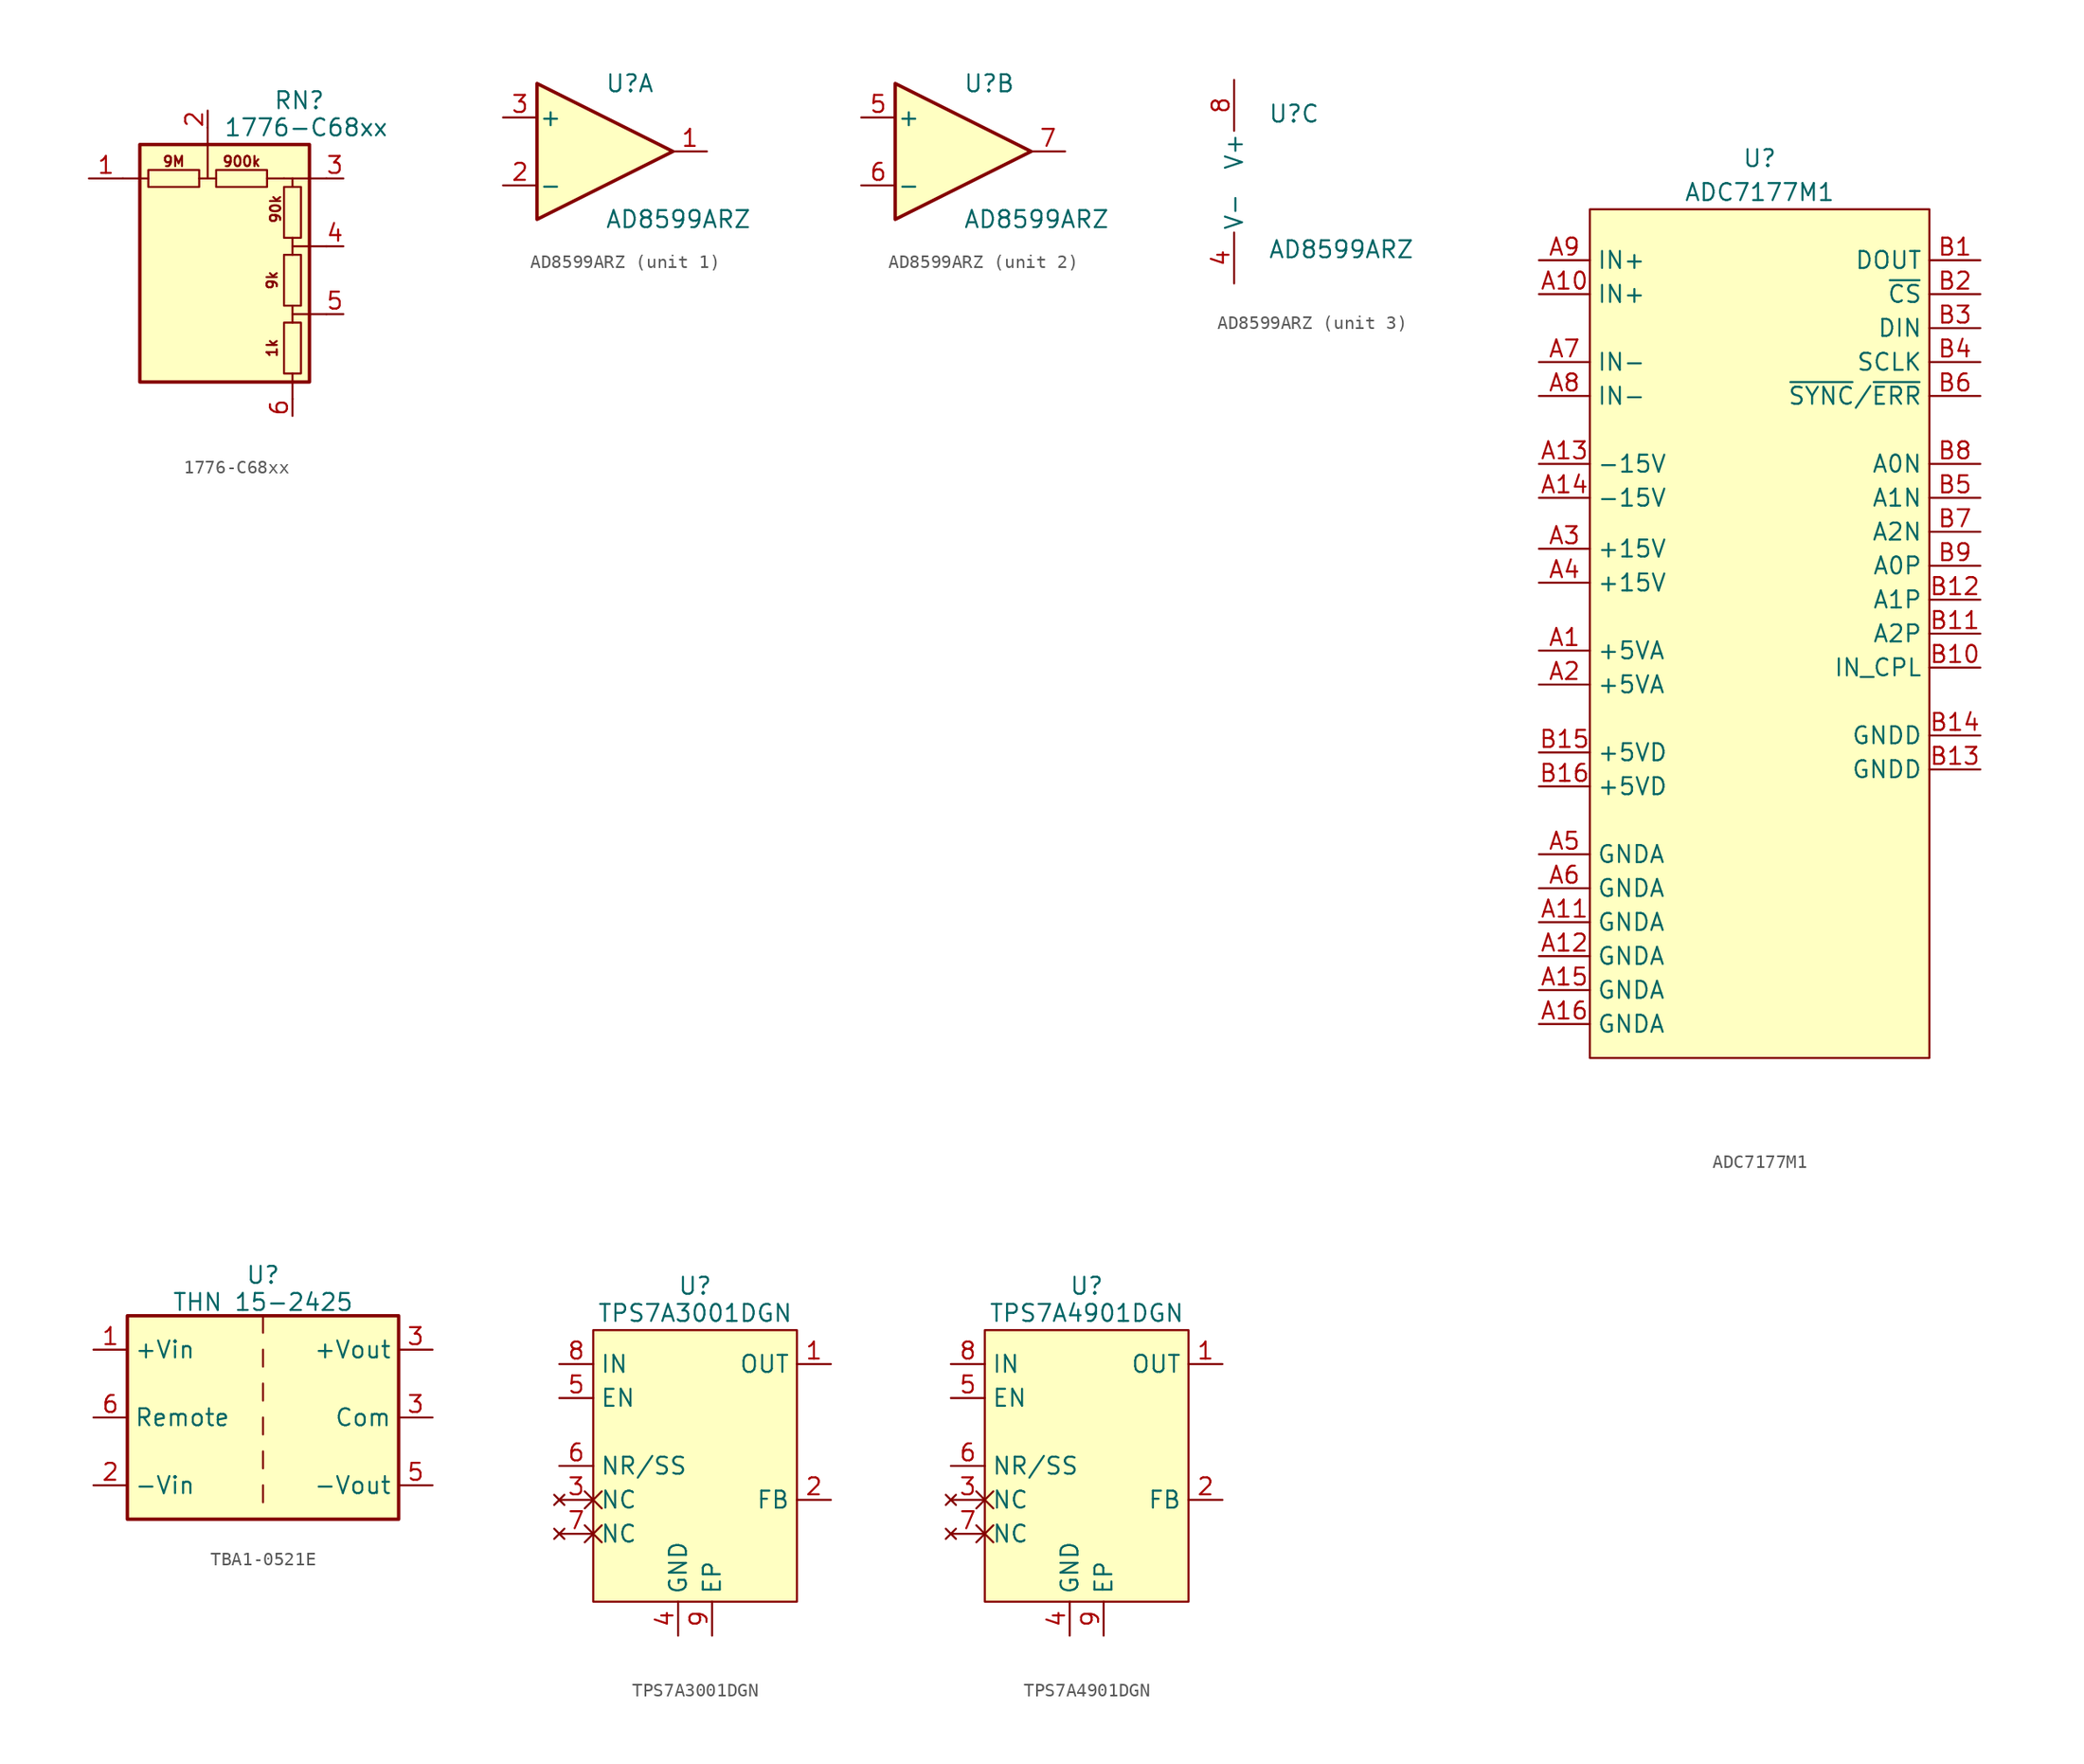
<source format=kicad_sym>
(kicad_symbol_lib
  (version 20241209)
  (generator "kicad_symbol_editor")
  (generator_version "9.0")
  (symbol "1776-C68xx"
    (pin_names
      (offset 0)
      (hide yes))
    (property "Reference" "RN"
      (at 5.588 9.652 0)
      (effects (font (size 1.27 1.27))))
    (property "Value" "1776-C68xx"
      (at 6.096 7.62 0)
      (effects (font (size 1.27 1.27))))
    (symbol "1776-C68xx_0_1"
      (rectangle (start -6.35 6.35) (end 6.35 -11.43) (stroke (width 0.254) (type default)) (fill (type background))))
    (symbol "1776-C68xx_1_1"
      (polyline (pts (xy -7.62 3.81) (xy -6.35 3.81)) (stroke (width 0) (type default)) (fill (type none)))
      (polyline (pts (xy -6.35 3.81) (xy -5.715 3.81)) (stroke (width 0) (type default)) (fill (type none)))
      (rectangle (start -5.715 4.445) (end -1.905 3.175) (stroke (width 0) (type default)) (fill (type none)))
      (polyline (pts (xy -1.905 3.81) (xy -0.635 3.81)) (stroke (width 0) (type default)) (fill (type none)))
      (polyline (pts (xy -1.27 7.62) (xy -1.27 6.35)) (stroke (width 0) (type default)) (fill (type none)))
      (polyline (pts (xy -1.27 6.35) (xy -1.27 3.81)) (stroke (width 0) (type default)) (fill (type none)))
      (rectangle (start -0.635 4.445) (end 3.175 3.175) (stroke (width 0) (type default)) (fill (type none)))
      (polyline (pts (xy 3.175 3.81) (xy 4.445 3.81)) (stroke (width 0) (type default)) (fill (type none)))
      (polyline (pts (xy 4.445 3.81) (xy 7.62 3.81)) (stroke (width 0) (type default)) (fill (type none)))
      (rectangle (start 4.445 3.175) (end 5.715 -0.635) (stroke (width 0) (type default)) (fill (type none)))
      (rectangle (start 4.445 -1.905) (end 5.715 -5.715) (stroke (width 0) (type default)) (fill (type none)))
      (rectangle (start 4.445 -6.985) (end 5.715 -10.795) (stroke (width 0) (type default)) (fill (type none)))
      (polyline (pts (xy 5.08 3.81) (xy 5.08 3.175)) (stroke (width 0) (type default)) (fill (type none)))
      (polyline (pts (xy 5.08 -0.635) (xy 5.08 -1.905)) (stroke (width 0) (type default)) (fill (type none)))
      (polyline (pts (xy 5.08 -5.715) (xy 5.08 -6.35) (xy 5.08 -6.985)) (stroke (width 0) (type default)) (fill (type none)))
      (polyline (pts (xy 5.08 -11.43) (xy 5.08 -10.795)) (stroke (width 0) (type default)) (fill (type none)))
      (polyline (pts (xy 5.08 -12.7) (xy 5.08 -11.43)) (stroke (width 0) (type default)) (fill (type none)))
      (polyline (pts (xy 7.62 -1.27) (xy 5.08 -1.27)) (stroke (width 0) (type default)) (fill (type none)))
      (polyline (pts (xy 7.62 -6.35) (xy 5.08 -6.35)) (stroke (width 0) (type default)) (fill (type none)))
      (text "9M" (at -3.81 5.08 0) (effects (font (size 0.762 0.762))))
      (text "900k" (at 1.27 5.08 0) (effects (font (size 0.762 0.762))))
      (text "9k" (at 3.556 -3.81 900) (effects (font (size 0.762 0.762))))
      (text "1k" (at 3.556 -8.89 900) (effects (font (size 0.762 0.762))))
      (text "90k" (at 3.81 1.524 900) (effects (font (size 0.762 0.762))))
      (pin passive line (at -10.16 3.81 0) (length 2.54) (name "common" (effects (font (size 1.27 1.27)))) (number "1" (effects (font (size 1.27 1.27)))))
      (pin passive line (at -1.27 8.89 270) (length 1.27) (name "R1" (effects (font (size 1.27 1.27)))) (number "2" (effects (font (size 1.27 1.27)))))
      (pin passive line (at 5.08 -13.97 90) (length 1.27) (name "R5" (effects (font (size 1.27 1.27)))) (number "6" (effects (font (size 1.27 1.27)))))
      (pin passive line (at 8.89 3.81 180) (length 1.27) (name "R2" (effects (font (size 1.27 1.27)))) (number "3" (effects (font (size 1.27 1.27)))))
      (pin passive line (at 8.89 -1.27 180) (length 1.27) (name "R3" (effects (font (size 1.27 1.27)))) (number "4" (effects (font (size 1.27 1.27)))))
      (pin passive line (at 8.89 -6.35 180) (length 1.27) (name "R4" (effects (font (size 1.27 1.27)))) (number "5" (effects (font (size 1.27 1.27)))))))
  (symbol "AD8599ARZ"
    (pin_names
      (offset 0.127))
    (property "Reference" "U"
      (at 0 5.08 0)
      (effects (font (size 1.27 1.27)) (justify left)))
    (property "Value" "AD8599ARZ"
      (at 0 -5.08 0)
      (effects (font (size 1.27 1.27)) (justify left)))
    (property "ki_locked" ""
      (at 0 0 0)
      (effects (font (size 1.27 1.27))))
    (symbol "AD8599ARZ_1_1"
      (polyline (pts (xy -5.08 5.08) (xy 5.08 0) (xy -5.08 -5.08) (xy -5.08 5.08)) (stroke (width 0.254) (type default)) (fill (type background)))
      (pin input line (at -7.62 2.54 0) (length 2.54) (name "+" (effects (font (size 1.27 1.27)))) (number "3" (effects (font (size 1.27 1.27)))))
      (pin input line (at -7.62 -2.54 0) (length 2.54) (name "-" (effects (font (size 1.27 1.27)))) (number "2" (effects (font (size 1.27 1.27)))))
      (pin output line (at 7.62 0 180) (length 2.54) (name "~" (effects (font (size 1.27 1.27)))) (number "1" (effects (font (size 1.27 1.27))))))
    (symbol "AD8599ARZ_2_1"
      (polyline (pts (xy -5.08 5.08) (xy 5.08 0) (xy -5.08 -5.08) (xy -5.08 5.08)) (stroke (width 0.254) (type default)) (fill (type background)))
      (pin input line (at -7.62 2.54 0) (length 2.54) (name "+" (effects (font (size 1.27 1.27)))) (number "5" (effects (font (size 1.27 1.27)))))
      (pin input line (at -7.62 -2.54 0) (length 2.54) (name "-" (effects (font (size 1.27 1.27)))) (number "6" (effects (font (size 1.27 1.27)))))
      (pin output line (at 7.62 0 180) (length 2.54) (name "~" (effects (font (size 1.27 1.27)))) (number "7" (effects (font (size 1.27 1.27))))))
    (symbol "AD8599ARZ_3_1"
      (pin power_in line (at -2.54 7.62 270) (length 3.81) (name "V+" (effects (font (size 1.27 1.27)))) (number "8" (effects (font (size 1.27 1.27)))))
      (pin power_in line (at -2.54 -7.62 90) (length 3.81) (name "V-" (effects (font (size 1.27 1.27)))) (number "4" (effects (font (size 1.27 1.27)))))))
  (symbol "ADC7177M1"
    (property "Reference" "U"
      (at 0 35.56 0)
      (effects (font (size 1.27 1.27))))
    (property "Value" "ADC7177M1"
      (at 0 33.02 0)
      (effects (font (size 1.27 1.27))))
    (symbol "ADC7177M1_0_0"
      (pin passive line (at -16.51 27.94 0) (length 3.81) (name "IN+" (effects (font (size 1.27 1.27)))) (number "A9" (effects (font (size 1.27 1.27)))))
      (pin passive line (at -16.51 25.4 0) (length 3.81) (name "IN+" (effects (font (size 1.27 1.27)))) (number "A10" (effects (font (size 1.27 1.27)))))
      (pin passive line (at -16.51 20.32 0) (length 3.81) (name "IN-" (effects (font (size 1.27 1.27)))) (number "A7" (effects (font (size 1.27 1.27)))))
      (pin passive line (at -16.51 17.78 0) (length 3.81) (name "IN-" (effects (font (size 1.27 1.27)))) (number "A8" (effects (font (size 1.27 1.27)))))
      (pin passive line (at -16.51 12.7 0) (length 3.81) (name "-15V" (effects (font (size 1.27 1.27)))) (number "A13" (effects (font (size 1.27 1.27)))))
      (pin passive line (at -16.51 10.16 0) (length 3.81) (name "-15V" (effects (font (size 1.27 1.27)))) (number "A14" (effects (font (size 1.27 1.27)))))
      (pin passive line (at -16.51 6.35 0) (length 3.81) (name "+15V" (effects (font (size 1.27 1.27)))) (number "A3" (effects (font (size 1.27 1.27)))))
      (pin passive line (at -16.51 3.81 0) (length 3.81) (name "+15V" (effects (font (size 1.27 1.27)))) (number "A4" (effects (font (size 1.27 1.27)))))
      (pin passive line (at -16.51 -1.27 0) (length 3.81) (name "+5VA" (effects (font (size 1.27 1.27)))) (number "A1" (effects (font (size 1.27 1.27)))))
      (pin passive line (at -16.51 -3.81 0) (length 3.81) (name "+5VA" (effects (font (size 1.27 1.27)))) (number "A2" (effects (font (size 1.27 1.27)))))
      (pin passive line (at -16.51 -8.89 0) (length 3.81) (name "+5VD" (effects (font (size 1.27 1.27)))) (number "B15" (effects (font (size 1.27 1.27)))))
      (pin passive line (at -16.51 -11.43 0) (length 3.81) (name "+5VD" (effects (font (size 1.27 1.27)))) (number "B16" (effects (font (size 1.27 1.27)))))
      (pin passive line (at -16.51 -16.51 0) (length 3.81) (name "GNDA" (effects (font (size 1.27 1.27)))) (number "A5" (effects (font (size 1.27 1.27)))))
      (pin passive line (at -16.51 -19.05 0) (length 3.81) (name "GNDA" (effects (font (size 1.27 1.27)))) (number "A6" (effects (font (size 1.27 1.27)))))
      (pin passive line (at -16.51 -21.59 0) (length 3.81) (name "GNDA" (effects (font (size 1.27 1.27)))) (number "A11" (effects (font (size 1.27 1.27)))))
      (pin passive line (at -16.51 -24.13 0) (length 3.81) (name "GNDA" (effects (font (size 1.27 1.27)))) (number "A12" (effects (font (size 1.27 1.27)))))
      (pin passive line (at -16.51 -26.67 0) (length 3.81) (name "GNDA" (effects (font (size 1.27 1.27)))) (number "A15" (effects (font (size 1.27 1.27)))))
      (pin passive line (at -16.51 -29.21 0) (length 3.81) (name "GNDA" (effects (font (size 1.27 1.27)))) (number "A16" (effects (font (size 1.27 1.27)))))
      (pin passive line (at 16.51 27.94 180) (length 3.81) (name "DOUT" (effects (font (size 1.27 1.27)))) (number "B1" (effects (font (size 1.27 1.27)))))
      (pin passive line (at 16.51 25.4 180) (length 3.81) (name "~{CS}" (effects (font (size 1.27 1.27)))) (number "B2" (effects (font (size 1.27 1.27)))))
      (pin passive line (at 16.51 22.86 180) (length 3.81) (name "DIN" (effects (font (size 1.27 1.27)))) (number "B3" (effects (font (size 1.27 1.27)))))
      (pin passive line (at 16.51 20.32 180) (length 3.81) (name "SCLK" (effects (font (size 1.27 1.27)))) (number "B4" (effects (font (size 1.27 1.27)))))
      (pin passive line (at 16.51 17.78 180) (length 3.81) (name "~{SYNC}/~{ERR}" (effects (font (size 1.27 1.27)))) (number "B6" (effects (font (size 1.27 1.27)))))
      (pin passive line (at 16.51 12.7 180) (length 3.81) (name "A0N" (effects (font (size 1.27 1.27)))) (number "B8" (effects (font (size 1.27 1.27)))))
      (pin passive line (at 16.51 10.16 180) (length 3.81) (name "A1N" (effects (font (size 1.27 1.27)))) (number "B5" (effects (font (size 1.27 1.27)))))
      (pin passive line (at 16.51 7.62 180) (length 3.81) (name "A2N" (effects (font (size 1.27 1.27)))) (number "B7" (effects (font (size 1.27 1.27)))))
      (pin passive line (at 16.51 5.08 180) (length 3.81) (name "A0P" (effects (font (size 1.27 1.27)))) (number "B9" (effects (font (size 1.27 1.27)))))
      (pin passive line (at 16.51 2.54 180) (length 3.81) (name "A1P" (effects (font (size 1.27 1.27)))) (number "B12" (effects (font (size 1.27 1.27)))))
      (pin passive line (at 16.51 0 180) (length 3.81) (name "A2P" (effects (font (size 1.27 1.27)))) (number "B11" (effects (font (size 1.27 1.27)))))
      (pin passive line (at 16.51 -2.54 180) (length 3.81) (name "IN_CPL" (effects (font (size 1.27 1.27)))) (number "B10" (effects (font (size 1.27 1.27)))))
      (pin passive line (at 16.51 -7.62 180) (length 3.81) (name "GNDD" (effects (font (size 1.27 1.27)))) (number "B14" (effects (font (size 1.27 1.27)))))
      (pin passive line (at 16.51 -10.16 180) (length 3.81) (name "GNDD" (effects (font (size 1.27 1.27)))) (number "B13" (effects (font (size 1.27 1.27))))))
    (symbol "ADC7177M1_1_1"
      (rectangle (start -12.7 31.75) (end 12.7 -31.75) (stroke (width 0) (type solid)) (fill (type color) (color 255 255 194 1)))))
  (symbol "TBA1-0521E"
    (property "Reference" "U"
      (at 0 10.668 0)
      (effects (font (size 1.27 1.27))))
    (property "Value" "THN 15-2425"
      (at 0 8.636 0)
      (effects (font (size 1.27 1.27))))
    (symbol "TBA1-0521E_0_1"
      (rectangle (start -10.16 7.62) (end 10.16 -7.62) (stroke (width 0.254) (type default)) (fill (type background)))
      (polyline (pts (xy 0 7.62) (xy 0 6.35)) (stroke (width 0) (type default)) (fill (type none)))
      (polyline (pts (xy 0 5.08) (xy 0 3.81)) (stroke (width 0) (type default)) (fill (type none)))
      (polyline (pts (xy 0 2.54) (xy 0 1.27)) (stroke (width 0) (type default)) (fill (type none)))
      (polyline (pts (xy 0 0) (xy 0 -1.27)) (stroke (width 0) (type default)) (fill (type none)))
      (polyline (pts (xy 0 -2.54) (xy 0 -3.81)) (stroke (width 0) (type default)) (fill (type none)))
      (polyline (pts (xy 0 -5.08) (xy 0 -6.35)) (stroke (width 0) (type default)) (fill (type none))))
    (symbol "TBA1-0521E_1_1"
      (pin power_in line (at -12.7 5.08 0) (length 2.54) (name "+Vin" (effects (font (size 1.27 1.27)))) (number "1" (effects (font (size 1.27 1.27)))))
      (pin input line (at -12.7 0 0) (length 2.54) (name "Remote" (effects (font (size 1.27 1.27)))) (number "6" (effects (font (size 1.27 1.27)))))
      (pin power_in line (at -12.7 -5.08 0) (length 2.54) (name "-Vin" (effects (font (size 1.27 1.27)))) (number "2" (effects (font (size 1.27 1.27)))))
      (pin power_out line (at 12.7 5.08 180) (length 2.54) (name "+Vout" (effects (font (size 1.27 1.27)))) (number "3" (effects (font (size 1.27 1.27)))))
      (pin power_out line (at 12.7 0 180) (length 2.54) (name "Com" (effects (font (size 1.27 1.27)))) (number "3" (effects (font (size 1.27 1.27)))))
      (pin power_out line (at 12.7 -5.08 180) (length 2.54) (name "-Vout" (effects (font (size 1.27 1.27)))) (number "5" (effects (font (size 1.27 1.27)))))))
  (symbol "TPS7A3001DGN"
    (property "Reference" "U"
      (at 0 13.462 0)
      (effects (font (size 1.27 1.27))))
    (property "Value" "TPS7A3001DGN"
      (at 0 11.43 0)
      (effects (font (size 1.27 1.27))))
    (symbol "TPS7A3001DGN_0_0"
      (pin power_in line (at -10.16 7.62 0) (length 2.54) (name "IN" (effects (font (size 1.27 1.27)))) (number "8" (effects (font (size 1.27 1.27)))))
      (pin input line (at -10.16 5.08 0) (length 2.54) (name "EN" (effects (font (size 1.27 1.27)))) (number "5" (effects (font (size 1.27 1.27)))))
      (pin passive line (at -10.16 0 0) (length 2.54) (name "NR/SS" (effects (font (size 1.27 1.27)))) (number "6" (effects (font (size 1.27 1.27)))))
      (pin passive line (at -1.27 -12.7 90) (length 2.54) (name "GND" (effects (font (size 1.27 1.27)))) (number "4" (effects (font (size 1.27 1.27)))))
      (pin passive line (at 1.27 -12.7 90) (length 2.54) (name "EP" (effects (font (size 1.27 1.27)))) (number "9" (effects (font (size 1.27 1.27)))))
      (pin power_out line (at 10.16 7.62 180) (length 2.54) (name "OUT" (effects (font (size 1.27 1.27)))) (number "1" (effects (font (size 1.27 1.27)))))
      (pin input line (at 10.16 -2.54 180) (length 2.54) (name "FB" (effects (font (size 1.27 1.27)))) (number "2" (effects (font (size 1.27 1.27))))))
    (symbol "TPS7A3001DGN_1_0"
      (pin no_connect non_logic (at -10.16 -2.54 0) (length 2.54) (name "NC" (effects (font (size 1.27 1.27)))) (number "3" (effects (font (size 1.27 1.27)))))
      (pin no_connect non_logic (at -10.16 -5.08 0) (length 2.54) (name "NC" (effects (font (size 1.27 1.27)))) (number "7" (effects (font (size 1.27 1.27))))))
    (symbol "TPS7A3001DGN_1_1"
      (rectangle (start -7.62 10.16) (end 7.62 -10.16) (stroke (width 0) (type solid)) (fill (type color) (color 255 255 194 1)))))
  (symbol "TPS7A4901DGN"
    (property "Reference" "U"
      (at 0 13.462 0)
      (effects (font (size 1.27 1.27))))
    (property "Value" "TPS7A4901DGN"
      (at 0 11.43 0)
      (effects (font (size 1.27 1.27))))
    (symbol "TPS7A4901DGN_0_0"
      (pin power_in line (at -10.16 7.62 0) (length 2.54) (name "IN" (effects (font (size 1.27 1.27)))) (number "8" (effects (font (size 1.27 1.27)))))
      (pin input line (at -10.16 5.08 0) (length 2.54) (name "EN" (effects (font (size 1.27 1.27)))) (number "5" (effects (font (size 1.27 1.27)))))
      (pin passive line (at -10.16 0 0) (length 2.54) (name "NR/SS" (effects (font (size 1.27 1.27)))) (number "6" (effects (font (size 1.27 1.27)))))
      (pin passive line (at -1.27 -12.7 90) (length 2.54) (name "GND" (effects (font (size 1.27 1.27)))) (number "4" (effects (font (size 1.27 1.27)))))
      (pin passive line (at 1.27 -12.7 90) (length 2.54) (name "EP" (effects (font (size 1.27 1.27)))) (number "9" (effects (font (size 1.27 1.27)))))
      (pin power_out line (at 10.16 7.62 180) (length 2.54) (name "OUT" (effects (font (size 1.27 1.27)))) (number "1" (effects (font (size 1.27 1.27)))))
      (pin input line (at 10.16 -2.54 180) (length 2.54) (name "FB" (effects (font (size 1.27 1.27)))) (number "2" (effects (font (size 1.27 1.27))))))
    (symbol "TPS7A4901DGN_1_0"
      (pin no_connect non_logic (at -10.16 -2.54 0) (length 2.54) (name "NC" (effects (font (size 1.27 1.27)))) (number "3" (effects (font (size 1.27 1.27)))))
      (pin no_connect non_logic (at -10.16 -5.08 0) (length 2.54) (name "NC" (effects (font (size 1.27 1.27)))) (number "7" (effects (font (size 1.27 1.27))))))
    (symbol "TPS7A4901DGN_1_1"
      (rectangle (start -7.62 10.16) (end 7.62 -10.16) (stroke (width 0) (type solid)) (fill (type color) (color 255 255 194 1))))))
</source>
